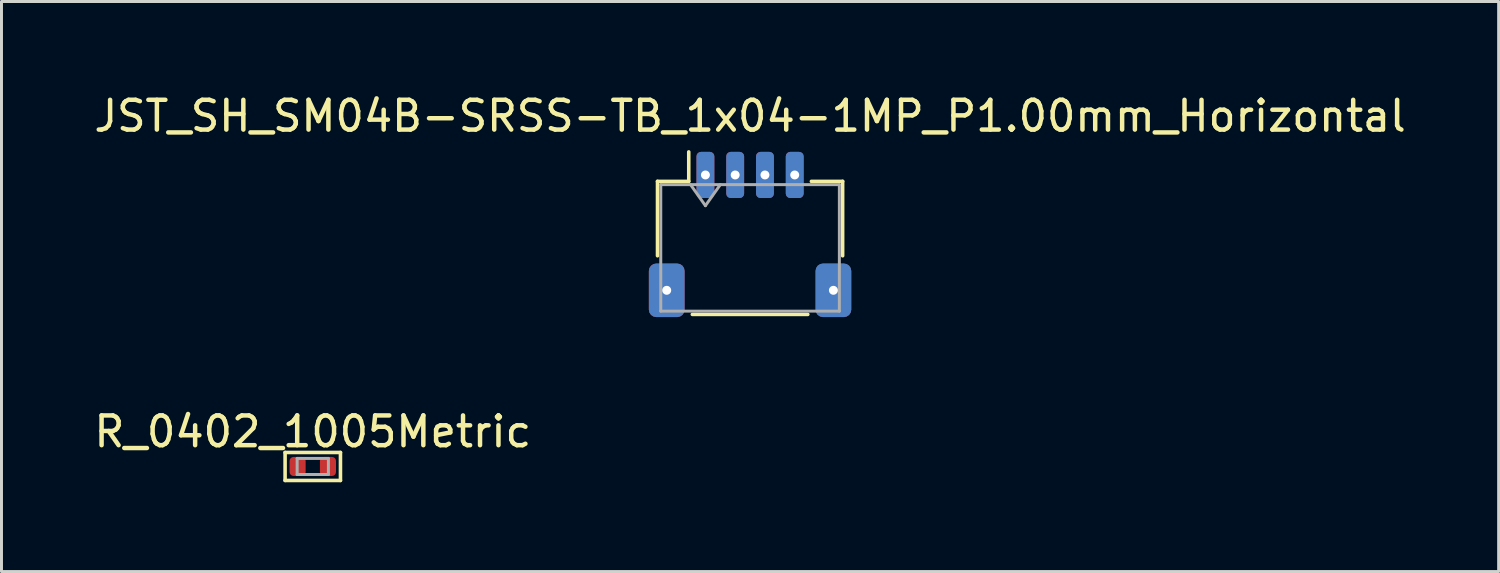
<source format=kicad_pcb>
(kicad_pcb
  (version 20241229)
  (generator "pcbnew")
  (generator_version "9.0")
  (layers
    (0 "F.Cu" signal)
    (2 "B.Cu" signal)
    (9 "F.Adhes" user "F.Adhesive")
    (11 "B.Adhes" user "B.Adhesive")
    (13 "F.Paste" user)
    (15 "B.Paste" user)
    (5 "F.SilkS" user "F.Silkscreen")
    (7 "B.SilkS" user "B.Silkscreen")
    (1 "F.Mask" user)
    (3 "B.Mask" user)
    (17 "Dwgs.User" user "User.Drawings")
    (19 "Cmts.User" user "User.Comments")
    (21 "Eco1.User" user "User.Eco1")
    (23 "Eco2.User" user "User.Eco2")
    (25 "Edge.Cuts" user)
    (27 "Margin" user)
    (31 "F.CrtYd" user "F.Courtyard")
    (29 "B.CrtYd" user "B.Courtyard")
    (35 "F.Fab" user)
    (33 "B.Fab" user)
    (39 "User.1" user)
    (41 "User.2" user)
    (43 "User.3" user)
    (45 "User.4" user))
  (footprint "R_0402_1005Metric"
    (layer "F.Cu")
    (at 7.458 12.621)
    (property "Reference" "R_0402_1005Metric" (at 0 -1.17 0) (layer "F.SilkS") (effects (font (size 1 1) (thickness 0.15))))
    (attr smd)
    (fp_line (start -0.93 -0.47) (end 0.93 -0.47) (stroke (width 0.12) (type solid)) (layer "F.SilkS"))
    (fp_line (start -0.93 0.47) (end -0.93 -0.47) (stroke (width 0.12) (type solid)) (layer "F.SilkS"))
    (fp_line (start 0.93 -0.47) (end 0.93 0.47) (stroke (width 0.12) (type solid)) (layer "F.SilkS"))
    (fp_line (start 0.93 0.47) (end -0.93 0.47) (stroke (width 0.12) (type solid)) (layer "F.SilkS"))
    (fp_line (start -0.525 -0.27) (end 0.525 -0.27) (stroke (width 0.1) (type solid)) (layer "F.Fab"))
    (fp_line (start -0.525 0.27) (end -0.525 -0.27) (stroke (width 0.1) (type solid)) (layer "F.Fab"))
    (fp_line (start 0.525 -0.27) (end 0.525 0.27) (stroke (width 0.1) (type solid)) (layer "F.Fab"))
    (fp_line (start 0.525 0.27) (end -0.525 0.27) (stroke (width 0.1) (type solid)) (layer "F.Fab"))
    (pad "1" smd roundrect (at -0.51 0) (size 0.54 0.64) (layers "F.Cu" "F.Mask" "F.Paste") (roundrect_rratio 0.25))
    (pad "2" smd roundrect (at 0.51 0) (size 0.54 0.64) (layers "F.Cu" "F.Mask" "F.Paste") (roundrect_rratio 0.25)))
  (footprint "JST_SH_SM04B-SRSS-TB_1x04-1MP_P1.00mm_Horizontal"
    (layer "F.Cu")
    (at 22.149 4.828)
    (property "Reference" "JST_SH_SM04B-SRSS-TB_1x04-1MP_P1.00mm_Horizontal" (at 0 -3.98 0) (layer "F.SilkS") (effects (font (size 1 1) (thickness 0.15))))
    (attr smd)
    (fp_line (start -3.11 -1.785) (end -2.06 -1.785) (stroke (width 0.12) (type solid)) (layer "F.SilkS"))
    (fp_line (start -3.11 0.715) (end -3.11 -1.785) (stroke (width 0.12) (type solid)) (layer "F.SilkS"))
    (fp_line (start -2.06 -1.785) (end -2.06 -2.775) (stroke (width 0.12) (type solid)) (layer "F.SilkS"))
    (fp_line (start -1.94 2.685) (end 1.94 2.685) (stroke (width 0.12) (type solid)) (layer "F.SilkS"))
    (fp_line (start 3.11 -1.785) (end 2.06 -1.785) (stroke (width 0.12) (type solid)) (layer "F.SilkS"))
    (fp_line (start 3.11 0.715) (end 3.11 -1.785) (stroke (width 0.12) (type solid)) (layer "F.SilkS"))
    (fp_line (start -3 -1.675) (end -3 2.575) (stroke (width 0.1) (type solid)) (layer "F.Fab"))
    (fp_line (start -3 -1.675) (end 3 -1.675) (stroke (width 0.1) (type solid)) (layer "F.Fab"))
    (fp_line (start -3 2.575) (end 3 2.575) (stroke (width 0.1) (type solid)) (layer "F.Fab"))
    (fp_line (start -2 -1.675) (end -1.5 -0.968) (stroke (width 0.1) (type solid)) (layer "F.Fab"))
    (fp_line (start -1.5 -0.968) (end -1 -1.675) (stroke (width 0.1) (type solid)) (layer "F.Fab"))
    (fp_line (start 3 -1.675) (end 3 2.575) (stroke (width 0.1) (type solid)) (layer "F.Fab"))
    (pad "" thru_hole roundrect (at -2.8 1.875) (size 1.2 1.8) (drill 0.3) (layers "*.Cu" "F.Mask" "F.Paste") (roundrect_rratio 0.208))
    (pad "" thru_hole roundrect (at 2.8 1.875) (size 1.2 1.8) (drill 0.3) (layers "*.Cu" "F.Mask" "F.Paste") (roundrect_rratio 0.208))
    (pad "1" thru_hole roundrect (at -1.5 -2) (size 0.6 1.55) (drill 0.3) (layers "*.Cu" "F.Mask" "F.Paste") (roundrect_rratio 0.25))
    (pad "2" thru_hole roundrect (at -0.5 -2) (size 0.6 1.55) (drill 0.3) (layers "*.Cu" "F.Mask" "F.Paste") (roundrect_rratio 0.25))
    (pad "3" thru_hole roundrect (at 0.5 -2) (size 0.6 1.55) (drill 0.3) (layers "*.Cu" "F.Mask" "F.Paste") (roundrect_rratio 0.25))
    (pad "4" thru_hole roundrect (at 1.5 -2) (size 0.6 1.55) (drill 0.3) (layers "*.Cu" "F.Mask" "F.Paste") (roundrect_rratio 0.25)))
  (gr_rect
    (start -3 -3)
    (end 47.298 16.151)
    (stroke (width 0.1) (type default))
    (fill no)
    (layer "Edge.Cuts")))
</source>
